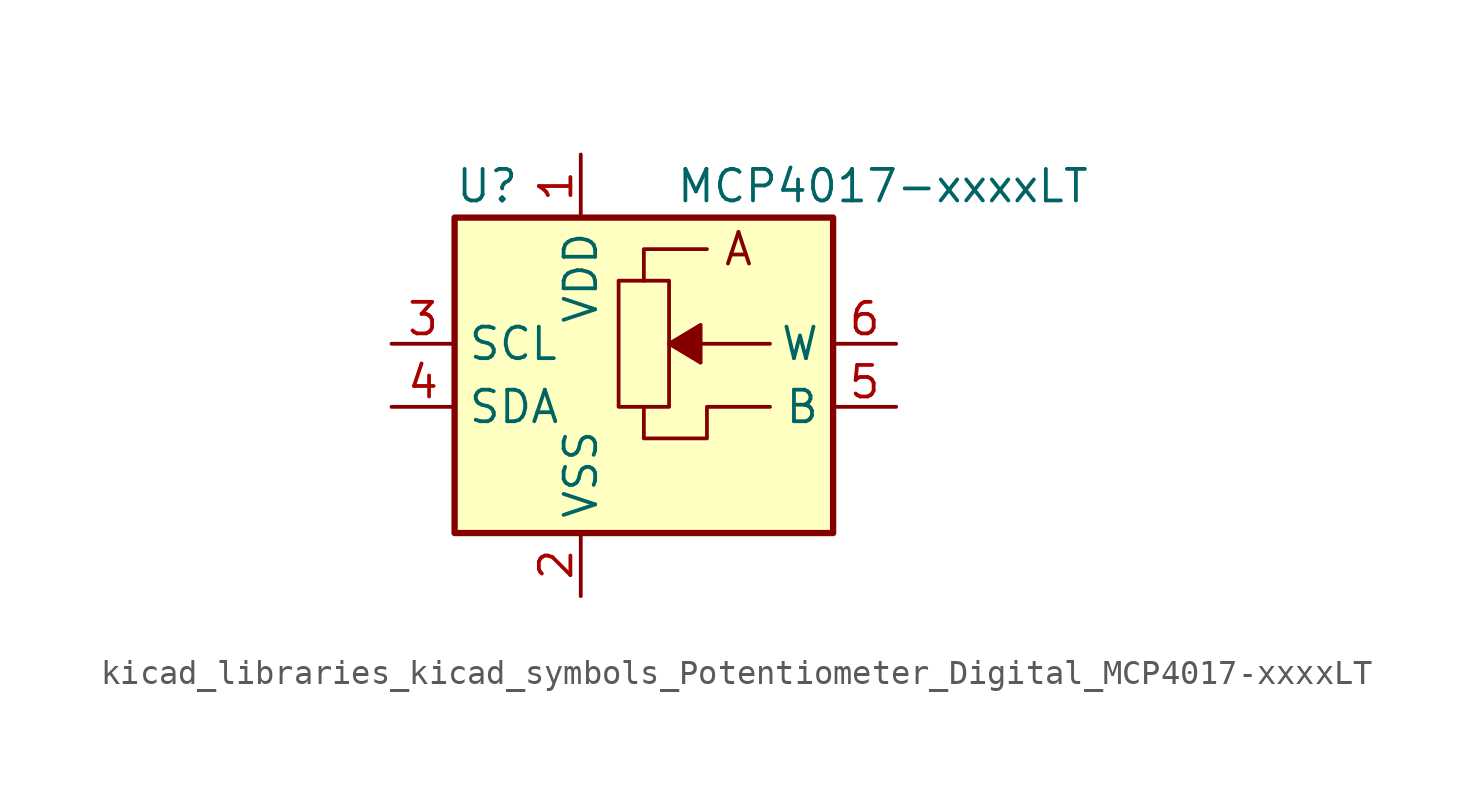
<source format=kicad_sym>
(kicad_symbol_lib
  (version 20220914)
  (generator kicad_symbol_editor)
  (symbol "kicad_libraries_kicad_symbols_Potentiometer_Digital_MCP4017-xxxxLT"
    (property "Reference" "U"
      (at -7.62 8.89 0)
      (effects (font (size 1.27 1.27)) (justify left)))
    (property "Value" "MCP4017-xxxxLT"
      (at 1.27 8.89 0)
      (effects (font (size 1.27 1.27)) (justify left)))
    (symbol "kicad_libraries_kicad_symbols_Potentiometer_Digital_MCP4017-xxxxLT_0_0"
      (polyline (pts (xy 0 5.08) (xy 0 6.35) (xy 2.54 6.35)) (stroke (width 0) (type default)) (fill (type none)))
      (polyline (pts (xy 5.08 0) (xy 2.54 0) (xy 2.54 -1.27) (xy 0 -1.27) (xy 0 0)) (stroke (width 0) (type default)) (fill (type none)))
      (text "A" (at 3.81 6.35 0) (effects (font (size 1.27 1.27)))))
    (symbol "kicad_libraries_kicad_symbols_Potentiometer_Digital_MCP4017-xxxxLT_1_1"
      (rectangle (start -7.62 7.62) (end 7.62 -5.08) (stroke (width 0.254) (type default)) (fill (type background)))
      (polyline (pts (xy 5.08 2.54) (xy 2.286 2.54)) (stroke (width 0) (type default)) (fill (type none)))
      (polyline (pts (xy 2.286 1.778) (xy 2.286 3.302) (xy 1.016 2.54) (xy 2.286 1.778)) (stroke (width 0) (type default)) (fill (type outline)))
      (rectangle (start 1.016 0) (end -1.016 5.08) (stroke (width 0) (type default)) (fill (type none)))
      (pin power_in line (at -2.54 10.16 270) (length 2.54) (name "VDD" (effects (font (size 1.27 1.27)))) (number "1" (effects (font (size 1.27 1.27)))))
      (pin power_in line (at -2.54 -7.62 90) (length 2.54) (name "VSS" (effects (font (size 1.27 1.27)))) (number "2" (effects (font (size 1.27 1.27)))))
      (pin input line (at -10.16 2.54 0) (length 2.54) (name "SCL" (effects (font (size 1.27 1.27)))) (number "3" (effects (font (size 1.27 1.27)))))
      (pin bidirectional line (at -10.16 0 0) (length 2.54) (name "SDA" (effects (font (size 1.27 1.27)))) (number "4" (effects (font (size 1.27 1.27)))))
      (pin passive line (at 10.16 0 180) (length 2.54) (name "B" (effects (font (size 1.27 1.27)))) (number "5" (effects (font (size 1.27 1.27)))))
      (pin passive line (at 10.16 2.54 180) (length 2.54) (name "W" (effects (font (size 1.27 1.27)))) (number "6" (effects (font (size 1.27 1.27))))))))
</source>
